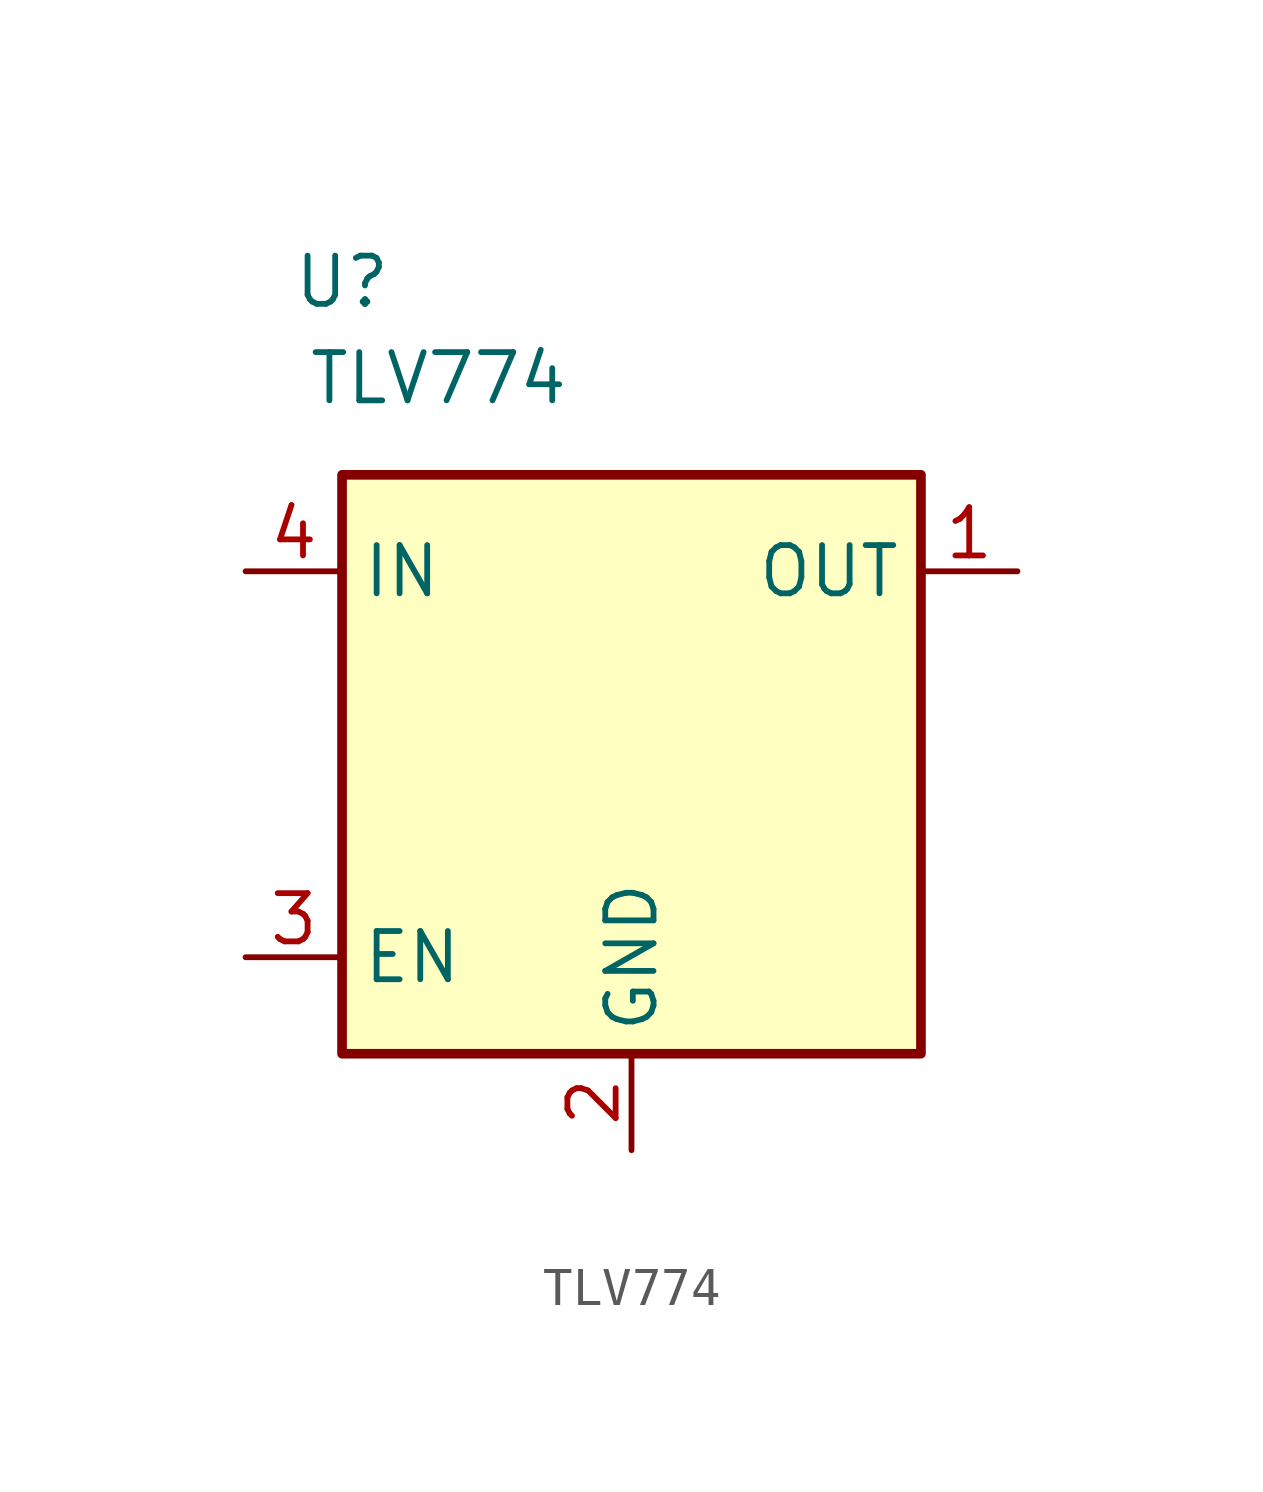
<source format=kicad_sym>
(kicad_symbol_lib
  (version 20231120)
  (generator "kicad_symbol_editor")
  (generator_version "8.0")
  (symbol "TLV774"
    (property "Reference" "U"
      (at -7.62 12.7 0)
      (effects (font (size 1.27 1.27))))
    (property "Value" "TLV774"
      (at -5.08 10.16 0)
      (effects (font (size 1.27 1.27))))
    (symbol "TLV774_0_1"
      (rectangle (start -7.62 7.62) (end 7.62 -7.62) (stroke (width 0.254) (type default)) (fill (type background))))
    (symbol "TLV774_1_1"
      (pin power_out line (at 10.16 5.08 180) (length 2.54) (name "OUT" (effects (font (size 1.27 1.27)))) (number "1" (effects (font (size 1.27 1.27)))))
      (pin power_in line (at 0 -10.16 90) (length 2.54) (name "GND" (effects (font (size 1.27 1.27)))) (number "2" (effects (font (size 1.27 1.27)))))
      (pin input line (at -10.16 -5.08 0) (length 2.54) (name "EN" (effects (font (size 1.27 1.27)))) (number "3" (effects (font (size 1.27 1.27)))))
      (pin power_in line (at -10.16 5.08 0) (length 2.54) (name "IN" (effects (font (size 1.27 1.27)))) (number "4" (effects (font (size 1.27 1.27))))))))
</source>
